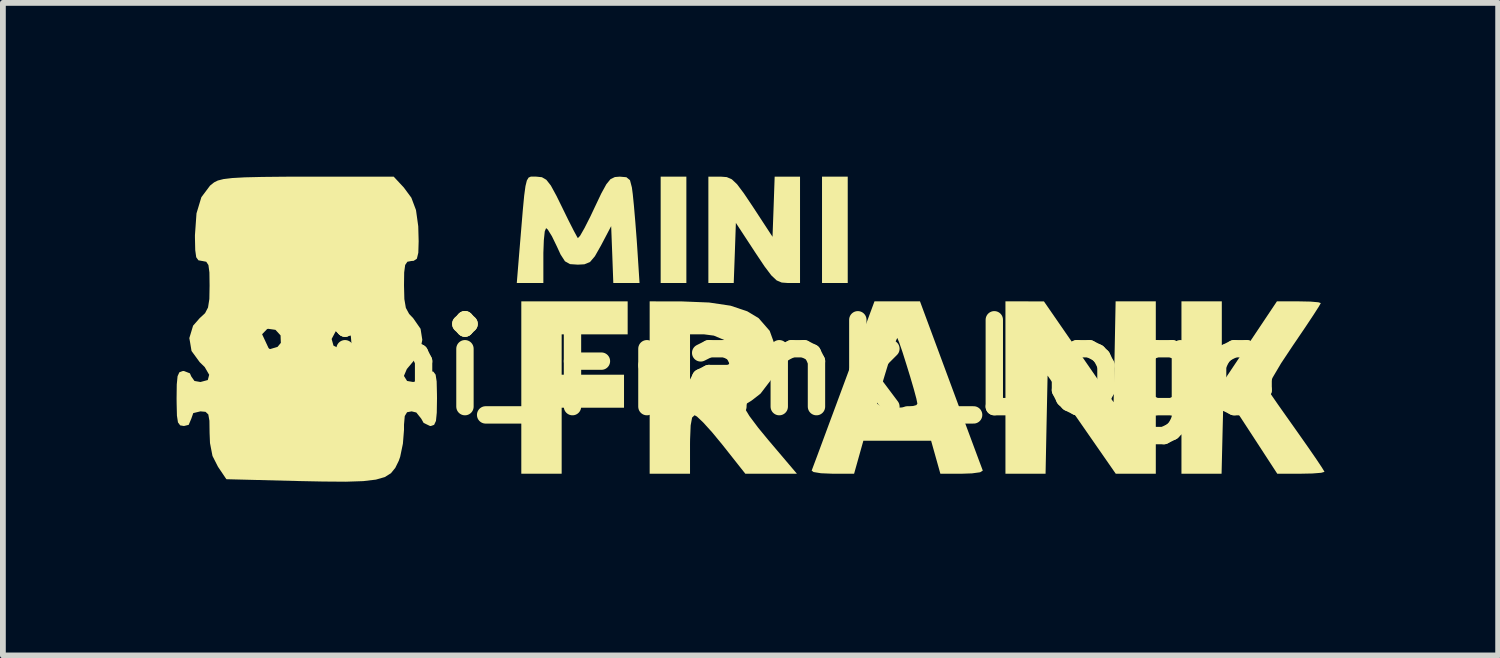
<source format=kicad_pcb>
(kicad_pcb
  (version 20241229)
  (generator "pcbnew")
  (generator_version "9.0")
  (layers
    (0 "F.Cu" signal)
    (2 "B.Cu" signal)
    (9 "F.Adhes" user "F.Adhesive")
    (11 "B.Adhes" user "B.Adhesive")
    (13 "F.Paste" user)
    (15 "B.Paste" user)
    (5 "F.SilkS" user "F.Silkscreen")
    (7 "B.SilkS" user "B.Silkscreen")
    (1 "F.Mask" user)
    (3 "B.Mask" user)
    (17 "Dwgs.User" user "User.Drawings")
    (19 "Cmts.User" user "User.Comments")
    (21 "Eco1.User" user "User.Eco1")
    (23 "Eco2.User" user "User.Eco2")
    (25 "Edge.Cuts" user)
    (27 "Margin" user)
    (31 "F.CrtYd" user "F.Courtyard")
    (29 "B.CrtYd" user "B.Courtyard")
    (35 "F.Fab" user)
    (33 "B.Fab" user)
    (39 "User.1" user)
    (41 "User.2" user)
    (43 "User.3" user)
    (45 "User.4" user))
  (footprint "Mini_Frank_Logo"
    (layer "F.Cu")
    (at 9.945 3.295)
    (property "Reference" "Mini_Frank_Logo" (at 0 0 0) (layer "F.SilkS") (effects (font (size 1.5 1.5) (thickness 0.3))))
    (attr board_only exclude_from_pos_files exclude_from_bom)
    (fp_poly (pts (xy -1.14 -2.375) (xy -1.14 -1.457) (xy -1.362 -1.457) (xy -1.584 -1.457) (xy -1.584 -2.375) (xy -1.584 -3.294) (xy -1.362 -3.294) (xy -1.14 -3.294)) (stroke (width 0) (type solid)) (fill yes) (layer "F.SilkS"))
    (fp_poly (pts (xy 1.647 -2.375) (xy 1.647 -1.457) (xy 1.425 -1.457) (xy 1.203 -1.457) (xy 1.203 -2.375) (xy 1.203 -3.294) (xy 1.425 -3.294) (xy 1.647 -3.294)) (stroke (width 0) (type solid)) (fill yes) (layer "F.SilkS"))
    (fp_poly (pts (xy -2.154 -0.855) (xy -2.154 -0.57) (xy -2.724 -0.57) (xy -3.294 -0.57) (xy -3.294 -0.222) (xy -3.294 0.127) (xy -2.755 0.127) (xy -2.217 0.127) (xy -2.217 0.412) (xy -2.217 0.697) (xy -2.755 0.697) (xy -3.294 0.697) (xy -3.294 1.267) (xy -3.294 1.837) (xy -3.642 1.837) (xy -3.991 1.837) (xy -3.991 0.348) (xy -3.991 -1.14) (xy -3.072 -1.14) (xy -2.154 -1.14)) (stroke (width 0) (type solid)) (fill yes) (layer "F.SilkS"))
    (fp_poly (pts (xy 6.968 0.348) (xy 6.968 1.837) (xy 6.622 1.837) (xy 6.276 1.837) (xy 5.687 0.989) (xy 5.099 0.142) (xy 5.081 0.989) (xy 5.064 1.837) (xy 4.717 1.837) (xy 4.371 1.837) (xy 4.371 0.348) (xy 4.371 -1.14) (xy 4.703 -1.14) (xy 5.036 -1.139) (xy 5.637 -0.269) (xy 6.239 0.602) (xy 6.257 -0.269) (xy 6.274 -1.14) (xy 6.621 -1.14) (xy 6.968 -1.14)) (stroke (width 0) (type solid)) (fill yes) (layer "F.SilkS"))
    (fp_poly (pts (xy -0.442 -3.286) (xy -0.355 -3.248) (xy -0.264 -3.162) (xy -0.147 -3.006) (xy 0.008 -2.775) (xy 0.348 -2.255) (xy 0.367 -2.775) (xy 0.385 -3.294) (xy 0.604 -3.294) (xy 0.823 -3.294) (xy 0.823 -2.375) (xy 0.823 -1.457) (xy 0.61 -1.457) (xy 0.506 -1.465) (xy 0.419 -1.502) (xy 0.327 -1.589) (xy 0.21 -1.744) (xy 0.055 -1.976) (xy -0.285 -2.495) (xy -0.303 -1.976) (xy -0.322 -1.457) (xy -0.541 -1.457) (xy -0.76 -1.457) (xy -0.76 -2.375) (xy -0.76 -3.294) (xy -0.546 -3.294)) (stroke (width 0) (type solid)) (fill yes) (layer "F.SilkS"))
    (fp_poly (pts (xy 8.108 -0.428) (xy 8.108 0.284) (xy 8.584 -0.428) (xy 9.06 -1.14) (xy 9.439 -1.14) (xy 9.639 -1.136) (xy 9.776 -1.124) (xy 9.818 -1.11) (xy 9.784 -1.05) (xy 9.691 -0.905) (xy 9.553 -0.697) (xy 9.382 -0.445) (xy 9.339 -0.382) (xy 9.131 -0.069) (xy 8.988 0.173) (xy 8.914 0.333) (xy 8.909 0.395) (xy 8.963 0.475) (xy 9.074 0.636) (xy 9.228 0.854) (xy 9.407 1.107) (xy 9.419 1.124) (xy 9.594 1.373) (xy 9.739 1.583) (xy 9.839 1.733) (xy 9.881 1.803) (xy 9.881 1.805) (xy 9.824 1.821) (xy 9.673 1.833) (xy 9.474 1.837) (xy 9.066 1.837) (xy 8.603 1.126) (xy 8.139 0.415) (xy 8.121 1.126) (xy 8.104 1.837) (xy 7.757 1.837) (xy 7.411 1.837) (xy 7.411 0.348) (xy 7.411 -1.14) (xy 7.759 -1.14) (xy 8.108 -1.14)) (stroke (width 0) (type solid)) (fill yes) (layer "F.SilkS"))
    (fp_poly (pts (xy -1.219 -1.139) (xy -0.747 -1.12) (xy -0.377 -1.065) (xy -0.088 -0.968) (xy 0.108 -0.85) (xy 0.299 -0.631) (xy 0.398 -0.357) (xy 0.406 -0.063) (xy 0.321 0.218) (xy 0.142 0.452) (xy 0.128 0.464) (xy -0.014 0.574) (xy -0.125 0.642) (xy -0.138 0.648) (xy -0.134 0.704) (xy -0.051 0.841) (xy 0.103 1.046) (xy 0.276 1.256) (xy 0.769 1.837) (xy 0.323 1.837) (xy -0.122 1.837) (xy -0.52 1.334) (xy -0.695 1.122) (xy -0.848 0.953) (xy -0.958 0.849) (xy -0.998 0.827) (xy -1.041 0.867) (xy -1.066 1.002) (xy -1.076 1.245) (xy -1.077 1.33) (xy -1.077 1.837) (xy -1.425 1.837) (xy -1.774 1.837) (xy -1.774 0.348) (xy -1.774 -0.158) (xy -1.077 -0.158) (xy -1.077 0.253) (xy -0.821 0.253) (xy -0.591 0.22) (xy -0.415 0.104) (xy -0.409 0.098) (xy -0.302 -0.043) (xy -0.254 -0.175) (xy -0.253 -0.183) (xy -0.311 -0.333) (xy -0.46 -0.462) (xy -0.665 -0.548) (xy -0.832 -0.57) (xy -1.077 -0.57) (xy -1.077 -0.158) (xy -1.774 -0.158) (xy -1.774 -1.14)) (stroke (width 0) (type solid)) (fill yes) (layer "F.SilkS"))
    (fp_poly (pts (xy 3.427 0.295) (xy 3.576 0.697) (xy 3.711 1.061) (xy 3.825 1.368) (xy 3.912 1.602) (xy 3.966 1.746) (xy 3.98 1.783) (xy 3.934 1.812) (xy 3.794 1.831) (xy 3.624 1.837) (xy 3.247 1.837) (xy 3.167 1.552) (xy 3.087 1.267) (xy 2.502 1.267) (xy 1.917 1.267) (xy 1.837 1.552) (xy 1.757 1.837) (xy 1.38 1.837) (xy 1.185 1.829) (xy 1.056 1.808) (xy 1.024 1.783) (xy 1.051 1.711) (xy 1.116 1.538) (xy 1.212 1.279) (xy 1.333 0.952) (xy 1.454 0.627) (xy 2.154 0.627) (xy 2.213 0.669) (xy 2.376 0.693) (xy 2.502 0.697) (xy 2.713 0.685) (xy 2.832 0.652) (xy 2.85 0.627) (xy 2.833 0.542) (xy 2.789 0.378) (xy 2.727 0.166) (xy 2.657 -0.061) (xy 2.591 -0.27) (xy 2.536 -0.429) (xy 2.505 -0.504) (xy 2.502 -0.507) (xy 2.476 -0.451) (xy 2.425 -0.306) (xy 2.36 -0.105) (xy 2.291 0.121) (xy 2.226 0.338) (xy 2.178 0.515) (xy 2.154 0.618) (xy 2.154 0.627) (xy 1.454 0.627) (xy 1.473 0.575) (xy 1.577 0.295) (xy 2.109 -1.14) (xy 2.502 -1.14) (xy 2.895 -1.14)) (stroke (width 0) (type solid)) (fill yes) (layer "F.SilkS"))
    (fp_poly (pts (xy -3.728 -3.294) (xy -3.635 -3.284) (xy -3.559 -3.24) (xy -3.481 -3.141) (xy -3.384 -2.963) (xy -3.293 -2.778) (xy -3.18 -2.547) (xy -3.086 -2.362) (xy -3.026 -2.251) (xy -3.014 -2.232) (xy -2.976 -2.272) (xy -2.9 -2.405) (xy -2.798 -2.606) (xy -2.731 -2.748) (xy -2.61 -3.003) (xy -2.522 -3.163) (xy -2.45 -3.251) (xy -2.375 -3.287) (xy -2.29 -3.294) (xy -2.176 -3.284) (xy -2.114 -3.233) (xy -2.081 -3.107) (xy -2.066 -2.993) (xy -2.046 -2.793) (xy -2.022 -2.514) (xy -1.998 -2.205) (xy -1.989 -2.074) (xy -1.949 -1.457) (xy -2.175 -1.457) (xy -2.402 -1.457) (xy -2.42 -1.948) (xy -2.439 -2.439) (xy -2.614 -2.106) (xy -2.72 -1.919) (xy -2.805 -1.819) (xy -2.902 -1.78) (xy -3.014 -1.774) (xy -3.149 -1.783) (xy -3.237 -1.832) (xy -3.313 -1.95) (xy -3.377 -2.089) (xy -3.462 -2.264) (xy -3.533 -2.379) (xy -3.563 -2.405) (xy -3.586 -2.348) (xy -3.602 -2.195) (xy -3.61 -1.977) (xy -3.61 -1.932) (xy -3.61 -1.457) (xy -3.84 -1.457) (xy -4.069 -1.457) (xy -4.029 -1.948) (xy -3.992 -2.394) (xy -3.964 -2.729) (xy -3.941 -2.969) (xy -3.919 -3.131) (xy -3.895 -3.228) (xy -3.865 -3.278) (xy -3.825 -3.295) (xy -3.773 -3.295)) (stroke (width 0) (type solid)) (fill yes) (layer "F.SilkS"))
    (fp_poly (pts (xy -6.02 -3.106) (xy -5.89 -2.93) (xy -5.81 -2.717) (xy -5.771 -2.437) (xy -5.764 -2.177) (xy -5.77 -1.979) (xy -5.795 -1.876) (xy -5.85 -1.84) (xy -5.891 -1.837) (xy -5.959 -1.824) (xy -5.997 -1.768) (xy -6.014 -1.64) (xy -6.017 -1.417) (xy -6.011 -1.179) (xy -5.985 -1.027) (xy -5.928 -0.922) (xy -5.859 -0.85) (xy -5.731 -0.666) (xy -5.701 -0.475) (xy -5.746 -0.249) (xy -5.859 -0.101) (xy -5.968 0.029) (xy -6.017 0.144) (xy -6.017 0.15) (xy -5.964 0.235) (xy -5.859 0.253) (xy -5.732 0.22) (xy -5.701 0.158) (xy -5.648 0.081) (xy -5.574 0.063) (xy -5.509 0.075) (xy -5.471 0.126) (xy -5.453 0.243) (xy -5.448 0.453) (xy -5.447 0.538) (xy -5.451 0.782) (xy -5.465 0.925) (xy -5.497 0.993) (xy -5.553 1.013) (xy -5.567 1.013) (xy -5.678 0.96) (xy -5.719 0.887) (xy -5.804 0.78) (xy -5.885 0.76) (xy -5.964 0.775) (xy -6.004 0.841) (xy -6.017 0.989) (xy -6.017 1.079) (xy -6.036 1.318) (xy -6.083 1.544) (xy -6.107 1.613) (xy -6.167 1.735) (xy -6.242 1.828) (xy -6.349 1.895) (xy -6.503 1.939) (xy -6.722 1.965) (xy -7.022 1.975) (xy -7.418 1.972) (xy -7.82 1.964) (xy -9.085 1.932) (xy -9.23 1.717) (xy -9.325 1.53) (xy -9.368 1.308) (xy -9.375 1.131) (xy -9.378 0.923) (xy -9.397 0.813) (xy -9.445 0.768) (xy -9.533 0.76) (xy -9.657 0.79) (xy -9.691 0.887) (xy -9.736 0.993) (xy -9.818 1.013) (xy -9.883 1.002) (xy -9.921 0.951) (xy -9.939 0.834) (xy -9.944 0.624) (xy -9.945 0.538) (xy -9.942 0.296) (xy -9.928 0.153) (xy -9.897 0.085) (xy -9.841 0.064) (xy -9.818 0.063) (xy -9.715 0.103) (xy -9.691 0.158) (xy -9.636 0.235) (xy -9.533 0.253) (xy -9.406 0.219) (xy -9.382 0.128) (xy -9.459 -0.005) (xy -9.546 -0.09) (xy -9.687 -0.283) (xy -9.713 -0.439) (xy -8.485 -0.439) (xy -8.446 -0.359) (xy -8.328 -0.316) (xy -8.201 -0.354) (xy -8.144 -0.423) (xy -8.147 -0.49) (xy -7.267 -0.49) (xy -7.235 -0.375) (xy -7.117 -0.318) (xy -7.094 -0.317) (xy -6.971 -0.36) (xy -6.925 -0.417) (xy -6.935 -0.536) (xy -6.991 -0.62) (xy -7.079 -0.69) (xy -7.153 -0.663) (xy -7.198 -0.62) (xy -7.267 -0.49) (xy -8.147 -0.49) (xy -8.149 -0.552) (xy -8.237 -0.648) (xy -8.365 -0.666) (xy -8.382 -0.661) (xy -8.469 -0.571) (xy -8.485 -0.439) (xy -9.713 -0.439) (xy -9.725 -0.505) (xy -9.66 -0.72) (xy -9.546 -0.85) (xy -9.453 -0.936) (xy -9.402 -1.034) (xy -9.379 -1.181) (xy -9.375 -1.412) (xy -9.378 -1.639) (xy -9.395 -1.767) (xy -9.433 -1.824) (xy -9.5 -1.837) (xy -9.501 -1.837) (xy -9.568 -1.849) (xy -9.606 -1.902) (xy -9.623 -2.025) (xy -9.628 -2.243) (xy -9.628 -2.283) (xy -9.601 -2.66) (xy -9.517 -2.939) (xy -9.367 -3.139) (xy -9.297 -3.195) (xy -9.233 -3.227) (xy -9.134 -3.252) (xy -8.984 -3.27) (xy -8.768 -3.282) (xy -8.469 -3.289) (xy -8.072 -3.293) (xy -7.676 -3.294) (xy -6.195 -3.294)) (stroke (width 0) (type solid)) (fill yes) (layer "F.SilkS")))
  (gr_rect
    (start -3 -3)
    (end 22.826 8.27)
    (stroke (width 0.1) (type default))
    (fill no)
    (layer "Edge.Cuts")))
</source>
